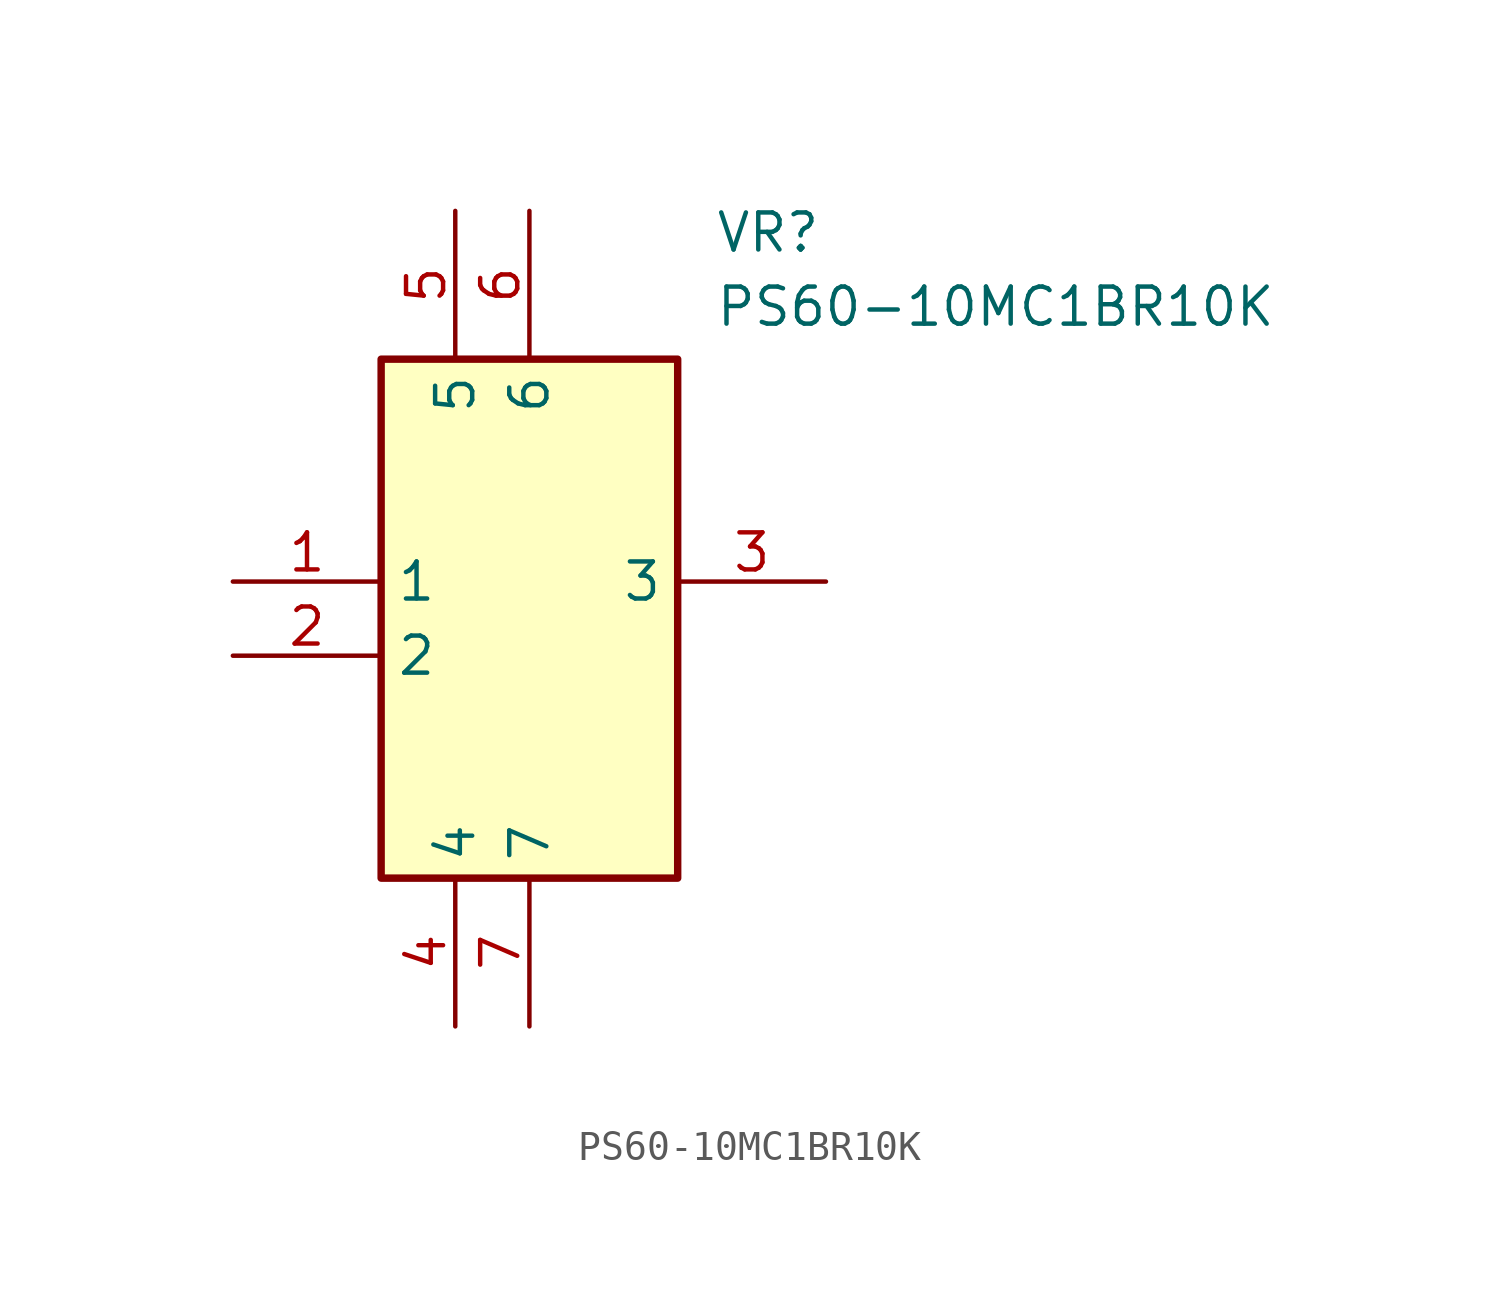
<source format=kicad_sym>
(kicad_symbol_lib
  (version 20211014)
  (generator SamacSys_ECAD_Model)
  (symbol "PS60-10MC1BR10K"
    (property "Reference" "VR"
      (at 16.51 12.7 0)
      (effects (font (size 1.27 1.27)) (justify left top)))
    (property "Value" "PS60-10MC1BR10K"
      (at 16.51 10.16 0)
      (effects (font (size 1.27 1.27)) (justify left top)))
    (rectangle
      (start 5.08 7.62)
      (end 15.24 -10.16)
      (stroke (width 0.254) (type default))
      (fill (type background)))
    (pin passive line
      (at 0 0 0)
      (length 5.08)
      (name "1" (effects (font (size 1.27 1.27))))
      (number "1" (effects (font (size 1.27 1.27)))))
    (pin passive line
      (at 0 -2.54 0)
      (length 5.08)
      (name "2" (effects (font (size 1.27 1.27))))
      (number "2" (effects (font (size 1.27 1.27)))))
    (pin passive line
      (at 20.32 0 180)
      (length 5.08)
      (name "3" (effects (font (size 1.27 1.27))))
      (number "3" (effects (font (size 1.27 1.27)))))
    (pin passive line
      (at 7.62 -15.24 90)
      (length 5.08)
      (name "4" (effects (font (size 1.27 1.27))))
      (number "4" (effects (font (size 1.27 1.27)))))
    (pin passive line
      (at 7.62 12.7 270)
      (length 5.08)
      (name "5" (effects (font (size 1.27 1.27))))
      (number "5" (effects (font (size 1.27 1.27)))))
    (pin passive line
      (at 10.16 12.7 270)
      (length 5.08)
      (name "6" (effects (font (size 1.27 1.27))))
      (number "6" (effects (font (size 1.27 1.27)))))
    (pin passive line
      (at 10.16 -15.24 90)
      (length 5.08)
      (name "7" (effects (font (size 1.27 1.27))))
      (number "7" (effects (font (size 1.27 1.27)))))))
</source>
